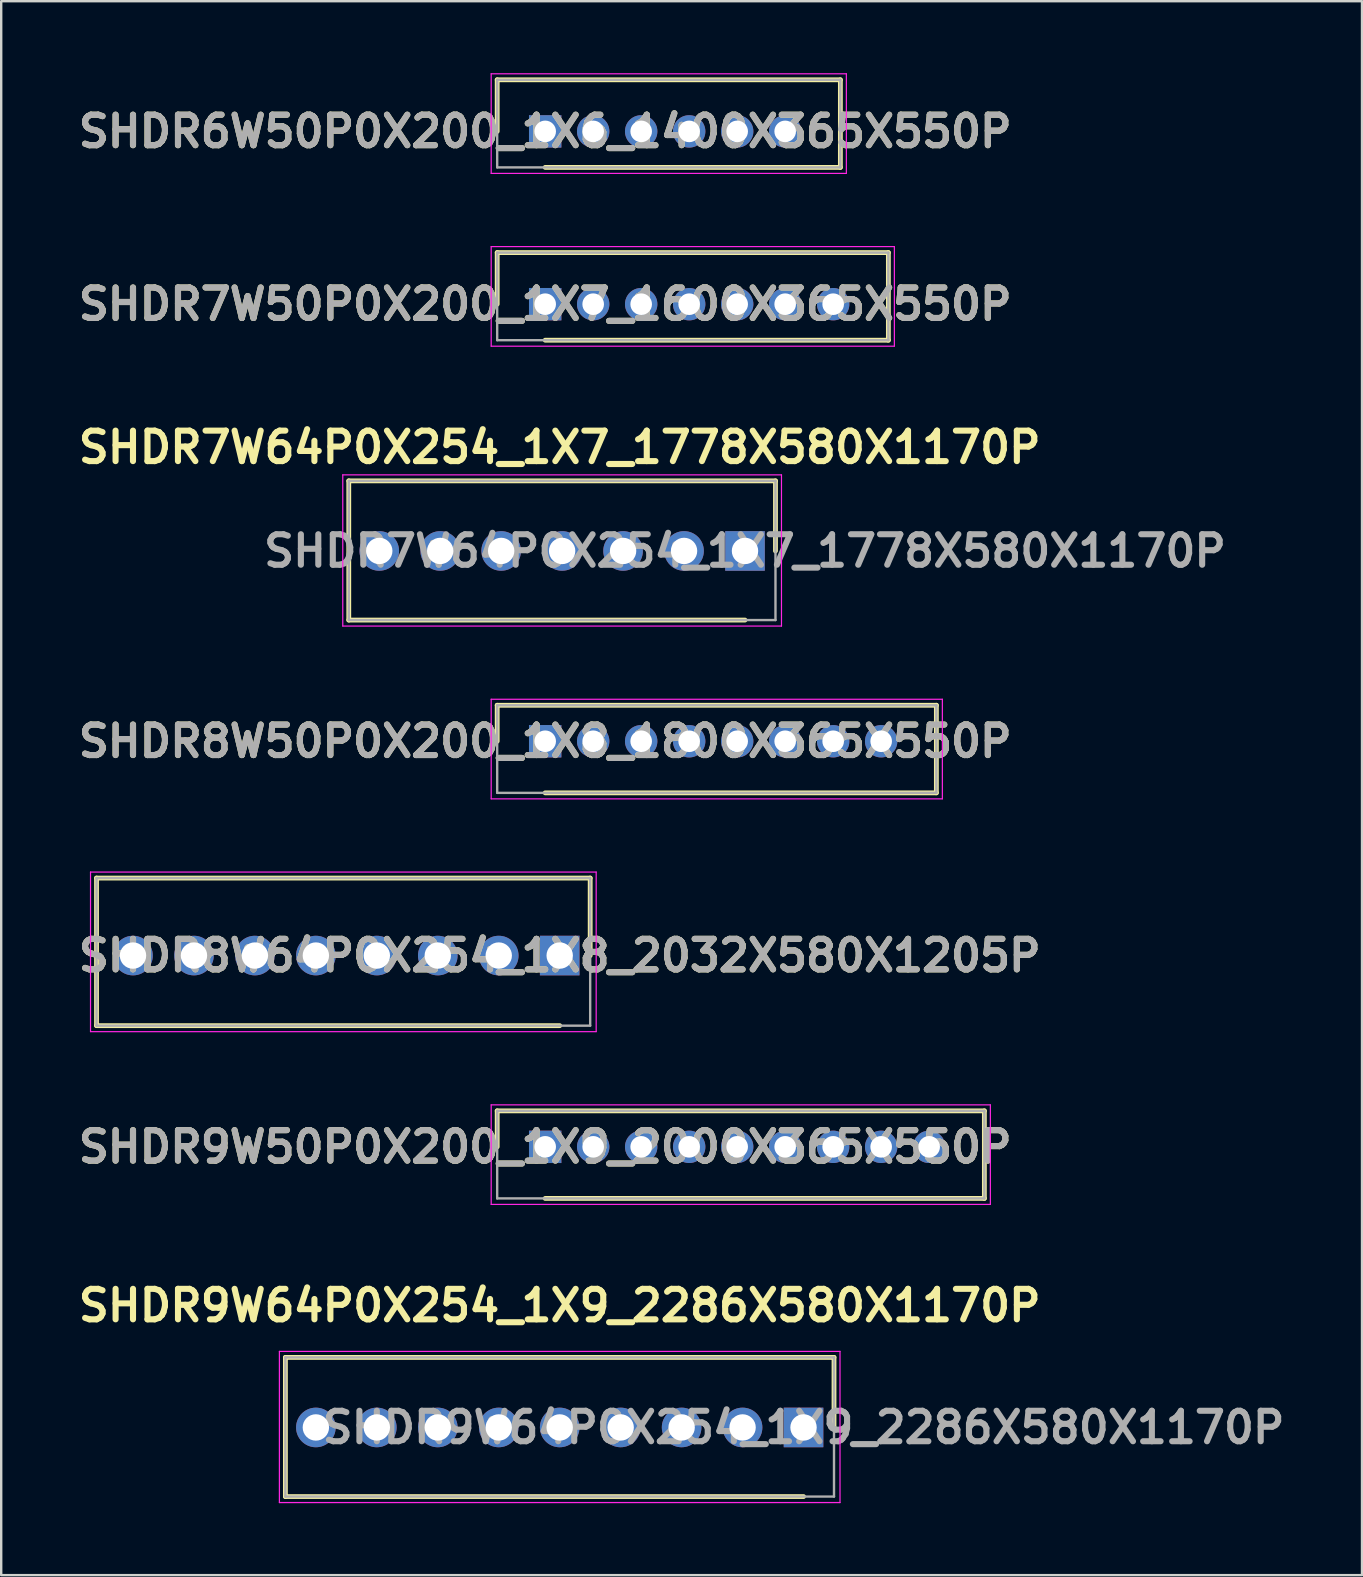
<source format=kicad_pcb>
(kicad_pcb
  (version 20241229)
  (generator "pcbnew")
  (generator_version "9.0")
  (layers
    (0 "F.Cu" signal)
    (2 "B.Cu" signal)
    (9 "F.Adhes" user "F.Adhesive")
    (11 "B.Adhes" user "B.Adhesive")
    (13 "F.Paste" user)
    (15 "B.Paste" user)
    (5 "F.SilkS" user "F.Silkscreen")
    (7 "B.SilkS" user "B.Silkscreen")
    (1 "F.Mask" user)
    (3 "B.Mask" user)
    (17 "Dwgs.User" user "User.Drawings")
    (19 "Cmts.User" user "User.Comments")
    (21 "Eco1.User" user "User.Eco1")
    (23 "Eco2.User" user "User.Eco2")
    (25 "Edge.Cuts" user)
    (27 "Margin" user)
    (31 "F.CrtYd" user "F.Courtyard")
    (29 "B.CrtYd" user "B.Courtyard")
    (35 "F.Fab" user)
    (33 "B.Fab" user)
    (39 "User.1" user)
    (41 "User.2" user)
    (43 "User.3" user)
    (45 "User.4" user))
  (footprint "SHDR8W50P0X200_1X8_1800X365X550P"
    (layer "F.Cu")
    (at 19.667 27.837)
    (property "Reference" "SHDR8W50P0X200_1X8_1800X365X550P" (at 0 0 0) (layer "F.SilkS") (effects (font (size 1.27 1.27) (thickness 0.254))))
    (attr through_hole)
    (fp_line (start -2 -1.5) (end -2 0) (stroke (width 0.2) (type solid)) (layer "F.SilkS"))
    (fp_line (start 0 2.15) (end 16.3 2.15) (stroke (width 0.2) (type solid)) (layer "F.SilkS"))
    (fp_line (start 16.3 -1.5) (end -2 -1.5) (stroke (width 0.2) (type solid)) (layer "F.SilkS"))
    (fp_line (start 16.3 2.15) (end 16.3 -1.5) (stroke (width 0.2) (type solid)) (layer "F.SilkS"))
    (fp_line (start -2.25 -1.75) (end 16.55 -1.75) (stroke (width 0.05) (type solid)) (layer "F.CrtYd"))
    (fp_line (start -2.25 2.4) (end -2.25 -1.75) (stroke (width 0.05) (type solid)) (layer "F.CrtYd"))
    (fp_line (start 16.55 -1.75) (end 16.55 2.4) (stroke (width 0.05) (type solid)) (layer "F.CrtYd"))
    (fp_line (start 16.55 2.4) (end -2.25 2.4) (stroke (width 0.05) (type solid)) (layer "F.CrtYd"))
    (fp_line (start -2 -1.5) (end 16.3 -1.5) (stroke (width 0.1) (type solid)) (layer "F.Fab"))
    (fp_line (start -2 2.15) (end -2 -1.5) (stroke (width 0.1) (type solid)) (layer "F.Fab"))
    (fp_line (start 16.3 -1.5) (end 16.3 2.15) (stroke (width 0.1) (type solid)) (layer "F.Fab"))
    (fp_line (start 16.3 2.15) (end -2 2.15) (stroke (width 0.1) (type solid)) (layer "F.Fab"))
    (fp_text user "${REFERENCE}" (at 0 0 0) (layer "F.Fab") (effects (font (size 1.27 1.27) (thickness 0.254))))
    (pad "1" thru_hole rect (at 0 0) (size 1.35 1.35) (drill 0.9) (layers "*.Cu" "*.Mask"))
    (pad "2" thru_hole circle (at 2 0) (size 1.35 1.35) (drill 0.9) (layers "*.Cu" "*.Mask"))
    (pad "3" thru_hole circle (at 4 0) (size 1.35 1.35) (drill 0.9) (layers "*.Cu" "*.Mask"))
    (pad "4" thru_hole circle (at 6 0) (size 1.35 1.35) (drill 0.9) (layers "*.Cu" "*.Mask"))
    (pad "5" thru_hole circle (at 8 0) (size 1.35 1.35) (drill 0.9) (layers "*.Cu" "*.Mask"))
    (pad "6" thru_hole circle (at 10 0) (size 1.35 1.35) (drill 0.9) (layers "*.Cu" "*.Mask"))
    (pad "7" thru_hole circle (at 12 0) (size 1.35 1.35) (drill 0.9) (layers "*.Cu" "*.Mask"))
    (pad "8" thru_hole circle (at 14 0) (size 1.35 1.35) (drill 0.9) (layers "*.Cu" "*.Mask")))
  (footprint "SHDR7W50P0X200_1X7_1600X365X550P"
    (layer "F.Cu")
    (at 19.667 9.625)
    (property "Reference" "SHDR7W50P0X200_1X7_1600X365X550P" (at 0 0 0) (layer "F.SilkS") (effects (font (size 1.27 1.27) (thickness 0.254))))
    (attr through_hole)
    (fp_line (start -2 -2.15) (end -2 0) (stroke (width 0.2) (type solid)) (layer "F.SilkS"))
    (fp_line (start 0 1.5) (end 14.3 1.5) (stroke (width 0.2) (type solid)) (layer "F.SilkS"))
    (fp_line (start 14.3 -2.15) (end -2 -2.15) (stroke (width 0.2) (type solid)) (layer "F.SilkS"))
    (fp_line (start 14.3 1.5) (end 14.3 -2.15) (stroke (width 0.2) (type solid)) (layer "F.SilkS"))
    (fp_line (start -2.25 -2.4) (end 14.55 -2.4) (stroke (width 0.05) (type solid)) (layer "F.CrtYd"))
    (fp_line (start -2.25 1.75) (end -2.25 -2.4) (stroke (width 0.05) (type solid)) (layer "F.CrtYd"))
    (fp_line (start 14.55 -2.4) (end 14.55 1.75) (stroke (width 0.05) (type solid)) (layer "F.CrtYd"))
    (fp_line (start 14.55 1.75) (end -2.25 1.75) (stroke (width 0.05) (type solid)) (layer "F.CrtYd"))
    (fp_line (start -2 -2.15) (end 14.3 -2.15) (stroke (width 0.1) (type solid)) (layer "F.Fab"))
    (fp_line (start -2 1.5) (end -2 -2.15) (stroke (width 0.1) (type solid)) (layer "F.Fab"))
    (fp_line (start 14.3 -2.15) (end 14.3 1.5) (stroke (width 0.1) (type solid)) (layer "F.Fab"))
    (fp_line (start 14.3 1.5) (end -2 1.5) (stroke (width 0.1) (type solid)) (layer "F.Fab"))
    (fp_text user "${REFERENCE}" (at 0 0 0) (layer "F.Fab") (effects (font (size 1.27 1.27) (thickness 0.254))))
    (pad "1" thru_hole rect (at 0 0) (size 1.35 1.35) (drill 0.9) (layers "*.Cu" "*.Mask"))
    (pad "2" thru_hole circle (at 2 0) (size 1.35 1.35) (drill 0.9) (layers "*.Cu" "*.Mask"))
    (pad "3" thru_hole circle (at 4 0) (size 1.35 1.35) (drill 0.9) (layers "*.Cu" "*.Mask"))
    (pad "4" thru_hole circle (at 6 0) (size 1.35 1.35) (drill 0.9) (layers "*.Cu" "*.Mask"))
    (pad "5" thru_hole circle (at 8 0) (size 1.35 1.35) (drill 0.9) (layers "*.Cu" "*.Mask"))
    (pad "6" thru_hole circle (at 10 0) (size 1.35 1.35) (drill 0.9) (layers "*.Cu" "*.Mask"))
    (pad "7" thru_hole circle (at 12 0) (size 1.35 1.35) (drill 0.9) (layers "*.Cu" "*.Mask")))
  (footprint "SHDR9W64P0X254_1X9_2286X580X1170P"
    (layer "F.Cu")
    (at 30.432 56.43)
    (property "Reference" "SHDR9W64P0X254_1X9_2286X580X1170P" (at -10.16 -5.08 0) (layer "F.SilkS") (effects (font (size 1.27 1.27) (thickness 0.254))))
    (attr through_hole)
    (fp_line (start -21.59 -2.92) (end 1.27 -2.92) (stroke (width 0.2) (type solid)) (layer "F.SilkS"))
    (fp_line (start -21.59 2.88) (end -21.59 -2.92) (stroke (width 0.2) (type solid)) (layer "F.SilkS"))
    (fp_line (start 0 2.88) (end -21.59 2.88) (stroke (width 0.2) (type solid)) (layer "F.SilkS"))
    (fp_line (start 1.27 -2.92) (end 1.27 0) (stroke (width 0.2) (type solid)) (layer "F.SilkS"))
    (fp_line (start -21.84 -3.17) (end 1.52 -3.17) (stroke (width 0.05) (type solid)) (layer "F.CrtYd"))
    (fp_line (start -21.84 3.13) (end -21.84 -3.17) (stroke (width 0.05) (type solid)) (layer "F.CrtYd"))
    (fp_line (start 1.52 -3.17) (end 1.52 3.13) (stroke (width 0.05) (type solid)) (layer "F.CrtYd"))
    (fp_line (start 1.52 3.13) (end -21.84 3.13) (stroke (width 0.05) (type solid)) (layer "F.CrtYd"))
    (fp_line (start -21.59 -2.92) (end 1.27 -2.92) (stroke (width 0.1) (type solid)) (layer "F.Fab"))
    (fp_line (start -21.59 2.88) (end -21.59 -2.92) (stroke (width 0.1) (type solid)) (layer "F.Fab"))
    (fp_line (start 1.27 -2.92) (end 1.27 2.88) (stroke (width 0.1) (type solid)) (layer "F.Fab"))
    (fp_line (start 1.27 2.88) (end -21.59 2.88) (stroke (width 0.1) (type solid)) (layer "F.Fab"))
    (fp_text user "${REFERENCE}" (at 0 0 0) (layer "F.Fab") (effects (font (size 1.27 1.27) (thickness 0.254))))
    (pad "1" thru_hole rect (at 0 0) (size 1.65 1.65) (drill 1.1) (layers "*.Cu" "*.Mask"))
    (pad "2" thru_hole circle (at -2.54 0) (size 1.65 1.65) (drill 1.1) (layers "*.Cu" "*.Mask"))
    (pad "3" thru_hole circle (at -5.08 0) (size 1.65 1.65) (drill 1.1) (layers "*.Cu" "*.Mask"))
    (pad "4" thru_hole circle (at -7.62 0) (size 1.65 1.65) (drill 1.1) (layers "*.Cu" "*.Mask"))
    (pad "5" thru_hole circle (at -10.16 0) (size 1.65 1.65) (drill 1.1) (layers "*.Cu" "*.Mask"))
    (pad "6" thru_hole circle (at -12.7 0) (size 1.65 1.65) (drill 1.1) (layers "*.Cu" "*.Mask"))
    (pad "7" thru_hole circle (at -15.24 0) (size 1.65 1.65) (drill 1.1) (layers "*.Cu" "*.Mask"))
    (pad "8" thru_hole circle (at -17.78 0) (size 1.65 1.65) (drill 1.1) (layers "*.Cu" "*.Mask"))
    (pad "9" thru_hole circle (at -20.32 0) (size 1.65 1.65) (drill 1.1) (layers "*.Cu" "*.Mask")))
  (footprint "SHDR6W50P0X200_1X6_1400X365X550P"
    (layer "F.Cu")
    (at 19.667 2.425)
    (property "Reference" "SHDR6W50P0X200_1X6_1400X365X550P" (at 0 0 0) (layer "F.SilkS") (effects (font (size 1.27 1.27) (thickness 0.254))))
    (attr through_hole)
    (fp_line (start -2 -2.15) (end -2 0) (stroke (width 0.2) (type solid)) (layer "F.SilkS"))
    (fp_line (start 0 1.5) (end 12.3 1.5) (stroke (width 0.2) (type solid)) (layer "F.SilkS"))
    (fp_line (start 12.3 -2.15) (end -2 -2.15) (stroke (width 0.2) (type solid)) (layer "F.SilkS"))
    (fp_line (start 12.3 1.5) (end 12.3 -2.15) (stroke (width 0.2) (type solid)) (layer "F.SilkS"))
    (fp_line (start -2.25 -2.4) (end 12.55 -2.4) (stroke (width 0.05) (type solid)) (layer "F.CrtYd"))
    (fp_line (start -2.25 1.75) (end -2.25 -2.4) (stroke (width 0.05) (type solid)) (layer "F.CrtYd"))
    (fp_line (start 12.55 -2.4) (end 12.55 1.75) (stroke (width 0.05) (type solid)) (layer "F.CrtYd"))
    (fp_line (start 12.55 1.75) (end -2.25 1.75) (stroke (width 0.05) (type solid)) (layer "F.CrtYd"))
    (fp_line (start -2 -2.15) (end 12.3 -2.15) (stroke (width 0.1) (type solid)) (layer "F.Fab"))
    (fp_line (start -2 1.5) (end -2 -2.15) (stroke (width 0.1) (type solid)) (layer "F.Fab"))
    (fp_line (start 12.3 -2.15) (end 12.3 1.5) (stroke (width 0.1) (type solid)) (layer "F.Fab"))
    (fp_line (start 12.3 1.5) (end -2 1.5) (stroke (width 0.1) (type solid)) (layer "F.Fab"))
    (fp_text user "${REFERENCE}" (at 0 0 0) (layer "F.Fab") (effects (font (size 1.27 1.27) (thickness 0.254))))
    (pad "1" thru_hole rect (at 0 0) (size 1.35 1.35) (drill 0.9) (layers "*.Cu" "*.Mask"))
    (pad "2" thru_hole circle (at 2 0) (size 1.35 1.35) (drill 0.9) (layers "*.Cu" "*.Mask"))
    (pad "3" thru_hole circle (at 4 0) (size 1.35 1.35) (drill 0.9) (layers "*.Cu" "*.Mask"))
    (pad "4" thru_hole circle (at 6 0) (size 1.35 1.35) (drill 0.9) (layers "*.Cu" "*.Mask"))
    (pad "5" thru_hole circle (at 8 0) (size 1.35 1.35) (drill 0.9) (layers "*.Cu" "*.Mask"))
    (pad "6" thru_hole circle (at 10 0) (size 1.35 1.35) (drill 0.9) (layers "*.Cu" "*.Mask")))
  (footprint "SHDR8W64P0X254_1X8_2032X580X1205P"
    (layer "F.Cu")
    (at 20.272 36.767)
    (property "Reference" "SHDR8W64P0X254_1X8_2032X580X1205P" (at 0 0 0) (layer "F.SilkS") (effects (font (size 1.27 1.27) (thickness 0.254))))
    (attr through_hole)
    (fp_line (start -19.3 -3.23) (end 1.27 -3.23) (stroke (width 0.2) (type solid)) (layer "F.SilkS"))
    (fp_line (start -19.3 2.92) (end -19.3 -3.23) (stroke (width 0.2) (type solid)) (layer "F.SilkS"))
    (fp_line (start 0 2.92) (end -19.3 2.92) (stroke (width 0.2) (type solid)) (layer "F.SilkS"))
    (fp_line (start 1.27 -3.23) (end 1.27 0) (stroke (width 0.2) (type solid)) (layer "F.SilkS"))
    (fp_line (start -19.55 -3.48) (end 1.52 -3.48) (stroke (width 0.05) (type solid)) (layer "F.CrtYd"))
    (fp_line (start -19.55 3.17) (end -19.55 -3.48) (stroke (width 0.05) (type solid)) (layer "F.CrtYd"))
    (fp_line (start 1.52 -3.48) (end 1.52 3.17) (stroke (width 0.05) (type solid)) (layer "F.CrtYd"))
    (fp_line (start 1.52 3.17) (end -19.55 3.17) (stroke (width 0.05) (type solid)) (layer "F.CrtYd"))
    (fp_line (start -19.3 -3.23) (end 1.27 -3.23) (stroke (width 0.1) (type solid)) (layer "F.Fab"))
    (fp_line (start -19.3 2.92) (end -19.3 -3.23) (stroke (width 0.1) (type solid)) (layer "F.Fab"))
    (fp_line (start 1.27 -3.23) (end 1.27 2.92) (stroke (width 0.1) (type solid)) (layer "F.Fab"))
    (fp_line (start 1.27 2.92) (end -19.3 2.92) (stroke (width 0.1) (type solid)) (layer "F.Fab"))
    (fp_text user "${REFERENCE}" (at 0 0 0) (layer "F.Fab") (effects (font (size 1.27 1.27) (thickness 0.254))))
    (pad "1" thru_hole rect (at 0 0) (size 1.65 1.65) (drill 1.1) (layers "*.Cu" "*.Mask"))
    (pad "2" thru_hole circle (at -2.54 0) (size 1.65 1.65) (drill 1.1) (layers "*.Cu" "*.Mask"))
    (pad "3" thru_hole circle (at -5.08 0) (size 1.65 1.65) (drill 1.1) (layers "*.Cu" "*.Mask"))
    (pad "4" thru_hole circle (at -7.62 0) (size 1.65 1.65) (drill 1.1) (layers "*.Cu" "*.Mask"))
    (pad "5" thru_hole circle (at -10.16 0) (size 1.65 1.65) (drill 1.1) (layers "*.Cu" "*.Mask"))
    (pad "6" thru_hole circle (at -12.7 0) (size 1.65 1.65) (drill 1.1) (layers "*.Cu" "*.Mask"))
    (pad "7" thru_hole circle (at -15.24 0) (size 1.65 1.65) (drill 1.1) (layers "*.Cu" "*.Mask"))
    (pad "8" thru_hole circle (at -17.78 0) (size 1.65 1.65) (drill 1.1) (layers "*.Cu" "*.Mask")))
  (footprint "SHDR7W64P0X254_1X7_1778X580X1170P"
    (layer "F.Cu")
    (at 27.993 19.907)
    (property "Reference" "SHDR7W64P0X254_1X7_1778X580X1170P" (at -7.722 -4.318 0) (layer "F.SilkS") (effects (font (size 1.27 1.27) (thickness 0.254))))
    (attr through_hole)
    (fp_line (start -16.51 -2.92) (end 1.27 -2.92) (stroke (width 0.2) (type solid)) (layer "F.SilkS"))
    (fp_line (start -16.51 2.88) (end -16.51 -2.92) (stroke (width 0.2) (type solid)) (layer "F.SilkS"))
    (fp_line (start 0 2.88) (end -16.51 2.88) (stroke (width 0.2) (type solid)) (layer "F.SilkS"))
    (fp_line (start 1.27 -2.92) (end 1.27 0) (stroke (width 0.2) (type solid)) (layer "F.SilkS"))
    (fp_line (start -16.76 -3.17) (end 1.52 -3.17) (stroke (width 0.05) (type solid)) (layer "F.CrtYd"))
    (fp_line (start -16.76 3.13) (end -16.76 -3.17) (stroke (width 0.05) (type solid)) (layer "F.CrtYd"))
    (fp_line (start 1.52 -3.17) (end 1.52 3.13) (stroke (width 0.05) (type solid)) (layer "F.CrtYd"))
    (fp_line (start 1.52 3.13) (end -16.76 3.13) (stroke (width 0.05) (type solid)) (layer "F.CrtYd"))
    (fp_line (start -16.51 -2.92) (end 1.27 -2.92) (stroke (width 0.1) (type solid)) (layer "F.Fab"))
    (fp_line (start -16.51 2.88) (end -16.51 -2.92) (stroke (width 0.1) (type solid)) (layer "F.Fab"))
    (fp_line (start 1.27 -2.92) (end 1.27 2.88) (stroke (width 0.1) (type solid)) (layer "F.Fab"))
    (fp_line (start 1.27 2.88) (end -16.51 2.88) (stroke (width 0.1) (type solid)) (layer "F.Fab"))
    (fp_text user "${REFERENCE}" (at 0 0 0) (layer "F.Fab") (effects (font (size 1.27 1.27) (thickness 0.254))))
    (pad "1" thru_hole rect (at 0 0) (size 1.65 1.65) (drill 1.1) (layers "*.Cu" "*.Mask"))
    (pad "2" thru_hole circle (at -2.54 0) (size 1.65 1.65) (drill 1.1) (layers "*.Cu" "*.Mask"))
    (pad "3" thru_hole circle (at -5.08 0) (size 1.65 1.65) (drill 1.1) (layers "*.Cu" "*.Mask"))
    (pad "4" thru_hole circle (at -7.62 0) (size 1.65 1.65) (drill 1.1) (layers "*.Cu" "*.Mask"))
    (pad "5" thru_hole circle (at -10.16 0) (size 1.65 1.65) (drill 1.1) (layers "*.Cu" "*.Mask"))
    (pad "6" thru_hole circle (at -12.7 0) (size 1.65 1.65) (drill 1.1) (layers "*.Cu" "*.Mask"))
    (pad "7" thru_hole circle (at -15.24 0) (size 1.65 1.65) (drill 1.1) (layers "*.Cu" "*.Mask")))
  (footprint "SHDR9W50P0X200_1X9_2000X365X550P"
    (layer "F.Cu")
    (at 19.667 44.737)
    (property "Reference" "SHDR9W50P0X200_1X9_2000X365X550P" (at 0 0 0) (layer "F.SilkS") (effects (font (size 1.27 1.27) (thickness 0.254))))
    (attr through_hole)
    (fp_line (start -2 -1.5) (end -2 0) (stroke (width 0.2) (type solid)) (layer "F.SilkS"))
    (fp_line (start 0 2.15) (end 18.3 2.15) (stroke (width 0.2) (type solid)) (layer "F.SilkS"))
    (fp_line (start 18.3 -1.5) (end -2 -1.5) (stroke (width 0.2) (type solid)) (layer "F.SilkS"))
    (fp_line (start 18.3 2.15) (end 18.3 -1.5) (stroke (width 0.2) (type solid)) (layer "F.SilkS"))
    (fp_line (start -2.25 -1.75) (end 18.55 -1.75) (stroke (width 0.05) (type solid)) (layer "F.CrtYd"))
    (fp_line (start -2.25 2.4) (end -2.25 -1.75) (stroke (width 0.05) (type solid)) (layer "F.CrtYd"))
    (fp_line (start 18.55 -1.75) (end 18.55 2.4) (stroke (width 0.05) (type solid)) (layer "F.CrtYd"))
    (fp_line (start 18.55 2.4) (end -2.25 2.4) (stroke (width 0.05) (type solid)) (layer "F.CrtYd"))
    (fp_line (start -2 -1.5) (end 18.3 -1.5) (stroke (width 0.1) (type solid)) (layer "F.Fab"))
    (fp_line (start -2 2.15) (end -2 -1.5) (stroke (width 0.1) (type solid)) (layer "F.Fab"))
    (fp_line (start 18.3 -1.5) (end 18.3 2.15) (stroke (width 0.1) (type solid)) (layer "F.Fab"))
    (fp_line (start 18.3 2.15) (end -2 2.15) (stroke (width 0.1) (type solid)) (layer "F.Fab"))
    (fp_text user "${REFERENCE}" (at 0 0 0) (layer "F.Fab") (effects (font (size 1.27 1.27) (thickness 0.254))))
    (pad "1" thru_hole rect (at 0 0) (size 1.35 1.35) (drill 0.9) (layers "*.Cu" "*.Mask"))
    (pad "2" thru_hole circle (at 2 0) (size 1.35 1.35) (drill 0.9) (layers "*.Cu" "*.Mask"))
    (pad "3" thru_hole circle (at 4 0) (size 1.35 1.35) (drill 0.9) (layers "*.Cu" "*.Mask"))
    (pad "4" thru_hole circle (at 6 0) (size 1.35 1.35) (drill 0.9) (layers "*.Cu" "*.Mask"))
    (pad "5" thru_hole circle (at 8 0) (size 1.35 1.35) (drill 0.9) (layers "*.Cu" "*.Mask"))
    (pad "6" thru_hole circle (at 10 0) (size 1.35 1.35) (drill 0.9) (layers "*.Cu" "*.Mask"))
    (pad "7" thru_hole circle (at 12 0) (size 1.35 1.35) (drill 0.9) (layers "*.Cu" "*.Mask"))
    (pad "8" thru_hole circle (at 14 0) (size 1.35 1.35) (drill 0.9) (layers "*.Cu" "*.Mask"))
    (pad "9" thru_hole circle (at 16 0) (size 1.35 1.35) (drill 0.9) (layers "*.Cu" "*.Mask")))
  (gr_rect
    (start -3 -3)
    (end 53.703 62.585)
    (stroke (width 0.1) (type default))
    (fill no)
    (layer "Edge.Cuts")))
</source>
